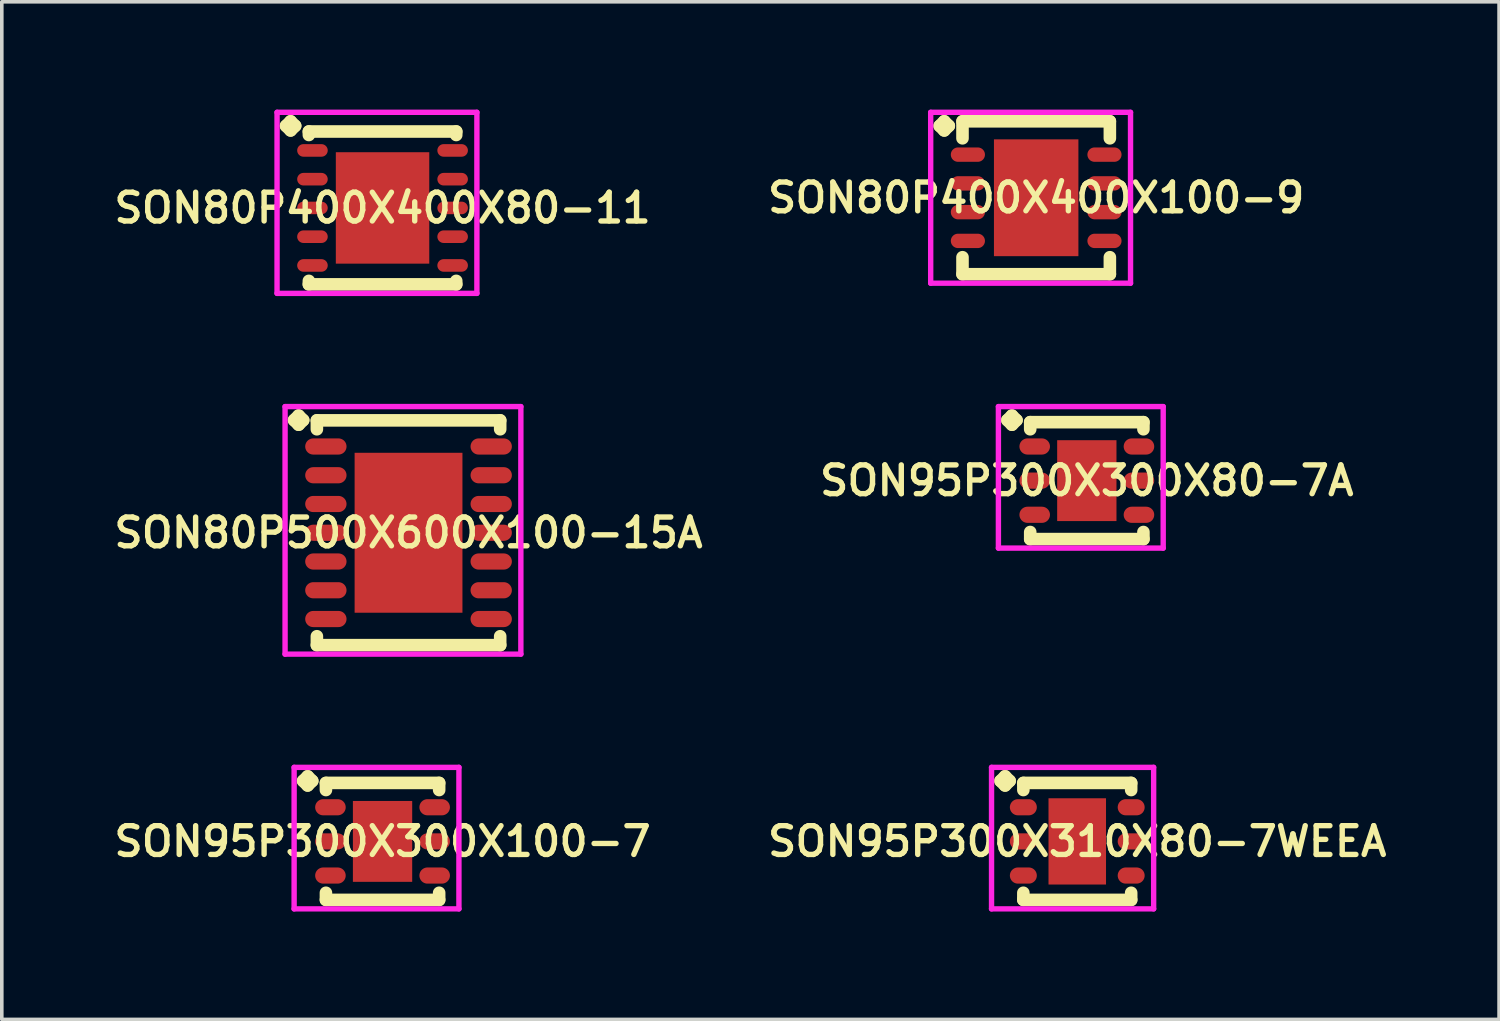
<source format=kicad_pcb>
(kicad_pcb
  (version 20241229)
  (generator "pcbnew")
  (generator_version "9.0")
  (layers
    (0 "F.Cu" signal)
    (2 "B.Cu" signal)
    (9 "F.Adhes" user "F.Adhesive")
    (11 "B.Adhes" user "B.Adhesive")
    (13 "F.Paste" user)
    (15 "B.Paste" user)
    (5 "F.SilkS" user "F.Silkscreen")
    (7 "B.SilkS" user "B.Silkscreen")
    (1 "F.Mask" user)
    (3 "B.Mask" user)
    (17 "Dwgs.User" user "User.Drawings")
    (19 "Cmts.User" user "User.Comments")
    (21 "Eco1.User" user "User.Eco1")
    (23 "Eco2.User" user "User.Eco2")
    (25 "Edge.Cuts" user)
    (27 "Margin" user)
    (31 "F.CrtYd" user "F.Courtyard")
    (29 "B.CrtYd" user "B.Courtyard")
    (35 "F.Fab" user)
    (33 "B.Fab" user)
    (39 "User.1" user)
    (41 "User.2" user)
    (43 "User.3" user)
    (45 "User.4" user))
  (footprint "SON95P300X310X80-7WEEA"
    (layer "F.Cu")
    (at 26.921 20.359)
    (property "Reference" "SON95P300X310X80-7WEEA" (at 0 0 0) (layer "F.SilkS") (effects (font (size 0.8 0.8) (thickness 0.15))))
    (attr smd)
    (fp_line (start -2.135 -1.683) (end -2.008 -1.81) (stroke (width 0.35) (type solid)) (layer "F.SilkS"))
    (fp_line (start -2.008 -1.81) (end -1.881 -1.683) (stroke (width 0.35) (type solid)) (layer "F.SilkS"))
    (fp_line (start -2.008 -1.556) (end -2.135 -1.683) (stroke (width 0.35) (type solid)) (layer "F.SilkS"))
    (fp_line (start -1.881 -1.683) (end -2.008 -1.556) (stroke (width 0.35) (type solid)) (layer "F.SilkS"))
    (fp_line (start -1.5 -1.627) (end 1.5 -1.627) (stroke (width 0.35) (type solid)) (layer "F.SilkS"))
    (fp_line (start -1.5 -1.429) (end -1.5 -1.627) (stroke (width 0.35) (type solid)) (layer "F.SilkS"))
    (fp_line (start -1.5 1.429) (end -1.5 1.627) (stroke (width 0.35) (type solid)) (layer "F.SilkS"))
    (fp_line (start -1.5 1.627) (end 1.5 1.627) (stroke (width 0.35) (type solid)) (layer "F.SilkS"))
    (fp_line (start 1.5 -1.627) (end 1.5 -1.429) (stroke (width 0.35) (type solid)) (layer "F.SilkS"))
    (fp_line (start 1.5 1.627) (end 1.5 1.429) (stroke (width 0.35) (type solid)) (layer "F.SilkS"))
    (fp_line (start -2.385 -2.06) (end 2.125 -2.06) (stroke (width 0.15) (type solid)) (layer "F.CrtYd"))
    (fp_line (start -2.385 1.877) (end -2.385 -2.06) (stroke (width 0.15) (type solid)) (layer "F.CrtYd"))
    (fp_line (start 2.125 -2.06) (end 2.125 1.877) (stroke (width 0.15) (type solid)) (layer "F.CrtYd"))
    (fp_line (start 2.125 1.877) (end -2.385 1.877) (stroke (width 0.15) (type solid)) (layer "F.CrtYd"))
    (pad "1" smd oval (at -1.5 -0.95) (size 0.75 0.45) (layers "F.Cu" "F.Mask" "F.Paste"))
    (pad "2" smd oval (at -1.5 0) (size 0.75 0.45) (layers "F.Cu" "F.Mask" "F.Paste"))
    (pad "3" smd oval (at -1.5 0.95) (size 0.75 0.45) (layers "F.Cu" "F.Mask" "F.Paste"))
    (pad "4" smd oval (at 1.5 0.95) (size 0.75 0.45) (layers "F.Cu" "F.Mask" "F.Paste"))
    (pad "5" smd oval (at 1.5 0) (size 0.75 0.45) (layers "F.Cu" "F.Mask" "F.Paste"))
    (pad "6" smd oval (at 1.5 -0.95) (size 0.75 0.45) (layers "F.Cu" "F.Mask" "F.Paste"))
    (pad "7" smd rect (at 0 0) (size 1.6 2.4) (layers "F.Cu" "F.Mask" "F.Paste")))
  (footprint "SON95P300X300X80-7A"
    (layer "F.Cu")
    (at 27.187 10.322)
    (property "Reference" "SON95P300X300X80-7A" (at 0 0 0) (layer "F.SilkS") (effects (font (size 0.8 0.8) (thickness 0.15))))
    (attr smd)
    (fp_line (start -2.21 -1.683) (end -2.083 -1.81) (stroke (width 0.35) (type solid)) (layer "F.SilkS"))
    (fp_line (start -2.083 -1.81) (end -1.956 -1.683) (stroke (width 0.35) (type solid)) (layer "F.SilkS"))
    (fp_line (start -2.083 -1.556) (end -2.21 -1.683) (stroke (width 0.35) (type solid)) (layer "F.SilkS"))
    (fp_line (start -1.956 -1.683) (end -2.083 -1.556) (stroke (width 0.35) (type solid)) (layer "F.SilkS"))
    (fp_line (start -1.575 -1.627) (end 1.575 -1.627) (stroke (width 0.35) (type solid)) (layer "F.SilkS"))
    (fp_line (start -1.575 -1.429) (end -1.575 -1.627) (stroke (width 0.35) (type solid)) (layer "F.SilkS"))
    (fp_line (start -1.575 1.429) (end -1.575 1.627) (stroke (width 0.35) (type solid)) (layer "F.SilkS"))
    (fp_line (start -1.575 1.627) (end 1.575 1.627) (stroke (width 0.35) (type solid)) (layer "F.SilkS"))
    (fp_line (start 1.575 -1.627) (end 1.575 -1.429) (stroke (width 0.35) (type solid)) (layer "F.SilkS"))
    (fp_line (start 1.575 1.627) (end 1.575 1.429) (stroke (width 0.35) (type solid)) (layer "F.SilkS"))
    (fp_line (start -2.46 -2.06) (end 2.125 -2.06) (stroke (width 0.15) (type solid)) (layer "F.CrtYd"))
    (fp_line (start -2.46 1.877) (end -2.46 -2.06) (stroke (width 0.15) (type solid)) (layer "F.CrtYd"))
    (fp_line (start 2.125 -2.06) (end 2.125 1.877) (stroke (width 0.15) (type solid)) (layer "F.CrtYd"))
    (fp_line (start 2.125 1.877) (end -2.46 1.877) (stroke (width 0.15) (type solid)) (layer "F.CrtYd"))
    (pad "1" smd oval (at -1.45 -0.95) (size 0.85 0.45) (layers "F.Cu" "F.Mask" "F.Paste"))
    (pad "2" smd oval (at -1.45 0) (size 0.85 0.45) (layers "F.Cu" "F.Mask" "F.Paste"))
    (pad "3" smd oval (at -1.45 0.95) (size 0.85 0.45) (layers "F.Cu" "F.Mask" "F.Paste"))
    (pad "4" smd oval (at 1.45 0.95) (size 0.85 0.45) (layers "F.Cu" "F.Mask" "F.Paste"))
    (pad "5" smd oval (at 1.45 0) (size 0.85 0.45) (layers "F.Cu" "F.Mask" "F.Paste"))
    (pad "6" smd oval (at 1.45 -0.95) (size 0.85 0.45) (layers "F.Cu" "F.Mask" "F.Paste"))
    (pad "7" smd rect (at 0 0) (size 1.65 2.25) (layers "F.Cu" "F.Mask" "F.Paste")))
  (footprint "SON80P500X600X100-15A"
    (layer "F.Cu")
    (at 8.316 11.772)
    (property "Reference" "SON80P500X600X100-15A" (at 0 0 0) (layer "F.SilkS") (effects (font (size 0.8 0.8) (thickness 0.15))))
    (attr smd)
    (fp_line (start -3.185 -3.133) (end -3.058 -3.26) (stroke (width 0.35) (type solid)) (layer "F.SilkS"))
    (fp_line (start -3.058 -3.26) (end -2.931 -3.133) (stroke (width 0.35) (type solid)) (layer "F.SilkS"))
    (fp_line (start -3.058 -3.006) (end -3.185 -3.133) (stroke (width 0.35) (type solid)) (layer "F.SilkS"))
    (fp_line (start -2.931 -3.133) (end -3.058 -3.006) (stroke (width 0.35) (type solid)) (layer "F.SilkS"))
    (fp_line (start -2.55 -3.127) (end 2.55 -3.127) (stroke (width 0.35) (type solid)) (layer "F.SilkS"))
    (fp_line (start -2.55 -2.879) (end -2.55 -3.127) (stroke (width 0.35) (type solid)) (layer "F.SilkS"))
    (fp_line (start -2.55 2.879) (end -2.55 3.127) (stroke (width 0.35) (type solid)) (layer "F.SilkS"))
    (fp_line (start -2.55 3.127) (end 2.55 3.127) (stroke (width 0.35) (type solid)) (layer "F.SilkS"))
    (fp_line (start 2.55 -3.127) (end 2.55 -2.879) (stroke (width 0.35) (type solid)) (layer "F.SilkS"))
    (fp_line (start 2.55 3.127) (end 2.55 2.879) (stroke (width 0.35) (type solid)) (layer "F.SilkS"))
    (fp_line (start -3.435 -3.51) (end 3.125 -3.51) (stroke (width 0.15) (type solid)) (layer "F.CrtYd"))
    (fp_line (start -3.435 3.377) (end -3.435 -3.51) (stroke (width 0.15) (type solid)) (layer "F.CrtYd"))
    (fp_line (start 3.125 -3.51) (end 3.125 3.377) (stroke (width 0.15) (type solid)) (layer "F.CrtYd"))
    (fp_line (start 3.125 3.377) (end -3.435 3.377) (stroke (width 0.15) (type solid)) (layer "F.CrtYd"))
    (pad "1" smd oval (at -2.3 -2.4) (size 1.15 0.45) (layers "F.Cu" "F.Mask" "F.Paste"))
    (pad "2" smd oval (at -2.3 -1.6) (size 1.15 0.45) (layers "F.Cu" "F.Mask" "F.Paste"))
    (pad "3" smd oval (at -2.3 -0.8) (size 1.15 0.45) (layers "F.Cu" "F.Mask" "F.Paste"))
    (pad "4" smd oval (at -2.3 0) (size 1.15 0.45) (layers "F.Cu" "F.Mask" "F.Paste"))
    (pad "5" smd oval (at -2.3 0.8) (size 1.15 0.45) (layers "F.Cu" "F.Mask" "F.Paste"))
    (pad "6" smd oval (at -2.3 1.6) (size 1.15 0.45) (layers "F.Cu" "F.Mask" "F.Paste"))
    (pad "7" smd oval (at -2.3 2.4) (size 1.15 0.45) (layers "F.Cu" "F.Mask" "F.Paste"))
    (pad "8" smd oval (at 2.3 2.4) (size 1.15 0.45) (layers "F.Cu" "F.Mask" "F.Paste"))
    (pad "9" smd oval (at 2.3 1.6) (size 1.15 0.45) (layers "F.Cu" "F.Mask" "F.Paste"))
    (pad "10" smd oval (at 2.3 0.8) (size 1.15 0.45) (layers "F.Cu" "F.Mask" "F.Paste"))
    (pad "11" smd oval (at 2.3 0) (size 1.15 0.45) (layers "F.Cu" "F.Mask" "F.Paste"))
    (pad "12" smd oval (at 2.3 -0.8) (size 1.15 0.45) (layers "F.Cu" "F.Mask" "F.Paste"))
    (pad "13" smd oval (at 2.3 -1.6) (size 1.15 0.45) (layers "F.Cu" "F.Mask" "F.Paste"))
    (pad "14" smd oval (at 2.3 -2.4) (size 1.15 0.45) (layers "F.Cu" "F.Mask" "F.Paste"))
    (pad "15" smd rect (at 0 0) (size 3 4.45) (layers "F.Cu" "F.Mask" "F.Paste")))
  (footprint "SON80P400X400X100-9"
    (layer "F.Cu")
    (at 25.778 2.452)
    (property "Reference" "SON80P400X400X100-9" (at 0 0 0) (layer "F.SilkS") (effects (font (size 0.8 0.8) (thickness 0.15))))
    (attr smd)
    (fp_line (start -2.685 -2) (end -2.558 -2.127) (stroke (width 0.35) (type solid)) (layer "F.SilkS"))
    (fp_line (start -2.558 -2.127) (end -2.431 -2) (stroke (width 0.35) (type solid)) (layer "F.SilkS"))
    (fp_line (start -2.558 -1.873) (end -2.685 -2) (stroke (width 0.35) (type solid)) (layer "F.SilkS"))
    (fp_line (start -2.431 -2) (end -2.558 -1.873) (stroke (width 0.35) (type solid)) (layer "F.SilkS"))
    (fp_line (start -2.05 -2.127) (end 2.05 -2.127) (stroke (width 0.35) (type solid)) (layer "F.SilkS"))
    (fp_line (start -2.05 -1.654) (end -2.05 -2.127) (stroke (width 0.35) (type solid)) (layer "F.SilkS"))
    (fp_line (start -2.05 1.654) (end -2.05 2.127) (stroke (width 0.35) (type solid)) (layer "F.SilkS"))
    (fp_line (start -2.05 2.127) (end 2.05 2.127) (stroke (width 0.35) (type solid)) (layer "F.SilkS"))
    (fp_line (start 2.05 -2.127) (end 2.05 -1.654) (stroke (width 0.35) (type solid)) (layer "F.SilkS"))
    (fp_line (start 2.05 2.127) (end 2.05 1.654) (stroke (width 0.35) (type solid)) (layer "F.SilkS"))
    (fp_line (start -2.935 -2.377) (end 2.625 -2.377) (stroke (width 0.15) (type solid)) (layer "F.CrtYd"))
    (fp_line (start -2.935 2.377) (end -2.935 -2.377) (stroke (width 0.15) (type solid)) (layer "F.CrtYd"))
    (fp_line (start 2.625 -2.377) (end 2.625 2.377) (stroke (width 0.15) (type solid)) (layer "F.CrtYd"))
    (fp_line (start 2.625 2.377) (end -2.935 2.377) (stroke (width 0.15) (type solid)) (layer "F.CrtYd"))
    (pad "1" smd oval (at -1.9 -1.2) (size 0.95 0.4) (layers "F.Cu" "F.Mask" "F.Paste"))
    (pad "2" smd oval (at -1.9 -0.4) (size 0.95 0.4) (layers "F.Cu" "F.Mask" "F.Paste"))
    (pad "3" smd oval (at -1.9 0.4) (size 0.95 0.4) (layers "F.Cu" "F.Mask" "F.Paste"))
    (pad "4" smd oval (at -1.9 1.2) (size 0.95 0.4) (layers "F.Cu" "F.Mask" "F.Paste"))
    (pad "5" smd oval (at 1.9 1.2) (size 0.95 0.4) (layers "F.Cu" "F.Mask" "F.Paste"))
    (pad "6" smd oval (at 1.9 0.4) (size 0.95 0.4) (layers "F.Cu" "F.Mask" "F.Paste"))
    (pad "7" smd oval (at 1.9 -0.4) (size 0.95 0.4) (layers "F.Cu" "F.Mask" "F.Paste"))
    (pad "8" smd oval (at 1.9 -1.2) (size 0.95 0.4) (layers "F.Cu" "F.Mask" "F.Paste"))
    (pad "9" smd rect (at 0 0) (size 2.35 3.25) (layers "F.Cu" "F.Mask" "F.Paste")))
  (footprint "SON80P400X400X80-11"
    (layer "F.Cu")
    (at 7.593 2.735)
    (property "Reference" "SON80P400X400X80-11" (at 0 0 0) (layer "F.SilkS") (effects (font (size 0.8 0.8) (thickness 0.15))))
    (attr smd)
    (fp_line (start -2.685 -2.283) (end -2.558 -2.41) (stroke (width 0.35) (type solid)) (layer "F.SilkS"))
    (fp_line (start -2.558 -2.41) (end -2.431 -2.283) (stroke (width 0.35) (type solid)) (layer "F.SilkS"))
    (fp_line (start -2.558 -2.156) (end -2.685 -2.283) (stroke (width 0.35) (type solid)) (layer "F.SilkS"))
    (fp_line (start -2.431 -2.283) (end -2.558 -2.156) (stroke (width 0.35) (type solid)) (layer "F.SilkS"))
    (fp_line (start -2.05 -2.127) (end 2.05 -2.127) (stroke (width 0.35) (type solid)) (layer "F.SilkS"))
    (fp_line (start -2.05 -2.029) (end -2.05 -2.127) (stroke (width 0.35) (type solid)) (layer "F.SilkS"))
    (fp_line (start -2.05 2.029) (end -2.05 2.127) (stroke (width 0.35) (type solid)) (layer "F.SilkS"))
    (fp_line (start -2.05 2.127) (end 2.05 2.127) (stroke (width 0.35) (type solid)) (layer "F.SilkS"))
    (fp_line (start 2.05 -2.127) (end 2.05 -2.029) (stroke (width 0.35) (type solid)) (layer "F.SilkS"))
    (fp_line (start 2.05 2.127) (end 2.05 2.029) (stroke (width 0.35) (type solid)) (layer "F.SilkS"))
    (fp_line (start -2.935 -2.66) (end 2.625 -2.66) (stroke (width 0.15) (type solid)) (layer "F.CrtYd"))
    (fp_line (start -2.935 2.377) (end -2.935 -2.66) (stroke (width 0.15) (type solid)) (layer "F.CrtYd"))
    (fp_line (start 2.625 -2.66) (end 2.625 2.377) (stroke (width 0.15) (type solid)) (layer "F.CrtYd"))
    (fp_line (start 2.625 2.377) (end -2.935 2.377) (stroke (width 0.15) (type solid)) (layer "F.CrtYd"))
    (pad "1" smd oval (at -1.95 -1.6) (size 0.85 0.35) (layers "F.Cu" "F.Mask" "F.Paste"))
    (pad "2" smd oval (at -1.95 -0.8) (size 0.85 0.35) (layers "F.Cu" "F.Mask" "F.Paste"))
    (pad "3" smd oval (at -1.95 0) (size 0.85 0.35) (layers "F.Cu" "F.Mask" "F.Paste"))
    (pad "4" smd oval (at -1.95 0.8) (size 0.85 0.35) (layers "F.Cu" "F.Mask" "F.Paste"))
    (pad "5" smd oval (at -1.95 1.6) (size 0.85 0.35) (layers "F.Cu" "F.Mask" "F.Paste"))
    (pad "6" smd oval (at 1.95 1.6) (size 0.85 0.35) (layers "F.Cu" "F.Mask" "F.Paste"))
    (pad "7" smd oval (at 1.95 0.8) (size 0.85 0.35) (layers "F.Cu" "F.Mask" "F.Paste"))
    (pad "8" smd oval (at 1.95 0) (size 0.85 0.35) (layers "F.Cu" "F.Mask" "F.Paste"))
    (pad "9" smd oval (at 1.95 -0.8) (size 0.85 0.35) (layers "F.Cu" "F.Mask" "F.Paste"))
    (pad "10" smd oval (at 1.95 -1.6) (size 0.85 0.35) (layers "F.Cu" "F.Mask" "F.Paste"))
    (pad "11" smd rect (at 0 0) (size 2.6 3.1) (layers "F.Cu" "F.Mask" "F.Paste")))
  (footprint "SON95P300X300X100-7"
    (layer "F.Cu")
    (at 7.593 20.359)
    (property "Reference" "SON95P300X300X100-7" (at 0 0 0) (layer "F.SilkS") (effects (font (size 0.8 0.8) (thickness 0.15))))
    (attr smd)
    (fp_line (start -2.21 -1.683) (end -2.083 -1.81) (stroke (width 0.35) (type solid)) (layer "F.SilkS"))
    (fp_line (start -2.083 -1.81) (end -1.956 -1.683) (stroke (width 0.35) (type solid)) (layer "F.SilkS"))
    (fp_line (start -2.083 -1.556) (end -2.21 -1.683) (stroke (width 0.35) (type solid)) (layer "F.SilkS"))
    (fp_line (start -1.956 -1.683) (end -2.083 -1.556) (stroke (width 0.35) (type solid)) (layer "F.SilkS"))
    (fp_line (start -1.575 -1.627) (end 1.575 -1.627) (stroke (width 0.35) (type solid)) (layer "F.SilkS"))
    (fp_line (start -1.575 -1.429) (end -1.575 -1.627) (stroke (width 0.35) (type solid)) (layer "F.SilkS"))
    (fp_line (start -1.575 1.429) (end -1.575 1.627) (stroke (width 0.35) (type solid)) (layer "F.SilkS"))
    (fp_line (start -1.575 1.627) (end 1.575 1.627) (stroke (width 0.35) (type solid)) (layer "F.SilkS"))
    (fp_line (start 1.575 -1.627) (end 1.575 -1.429) (stroke (width 0.35) (type solid)) (layer "F.SilkS"))
    (fp_line (start 1.575 1.627) (end 1.575 1.429) (stroke (width 0.35) (type solid)) (layer "F.SilkS"))
    (fp_line (start -2.46 -2.06) (end 2.125 -2.06) (stroke (width 0.15) (type solid)) (layer "F.CrtYd"))
    (fp_line (start -2.46 1.877) (end -2.46 -2.06) (stroke (width 0.15) (type solid)) (layer "F.CrtYd"))
    (fp_line (start 2.125 -2.06) (end 2.125 1.877) (stroke (width 0.15) (type solid)) (layer "F.CrtYd"))
    (fp_line (start 2.125 1.877) (end -2.46 1.877) (stroke (width 0.15) (type solid)) (layer "F.CrtYd"))
    (pad "1" smd oval (at -1.45 -0.95) (size 0.85 0.45) (layers "F.Cu" "F.Mask" "F.Paste"))
    (pad "2" smd oval (at -1.45 0) (size 0.85 0.45) (layers "F.Cu" "F.Mask" "F.Paste"))
    (pad "3" smd oval (at -1.45 0.95) (size 0.85 0.45) (layers "F.Cu" "F.Mask" "F.Paste"))
    (pad "4" smd oval (at 1.45 0.95) (size 0.85 0.45) (layers "F.Cu" "F.Mask" "F.Paste"))
    (pad "5" smd oval (at 1.45 0) (size 0.85 0.45) (layers "F.Cu" "F.Mask" "F.Paste"))
    (pad "6" smd oval (at 1.45 -0.95) (size 0.85 0.45) (layers "F.Cu" "F.Mask" "F.Paste"))
    (pad "7" smd rect (at 0 0) (size 1.65 2.25) (layers "F.Cu" "F.Mask" "F.Paste")))
  (gr_rect
    (start -3 -3)
    (end 38.656 25.311)
    (stroke (width 0.1) (type default))
    (fill no)
    (layer "Edge.Cuts")))
</source>
